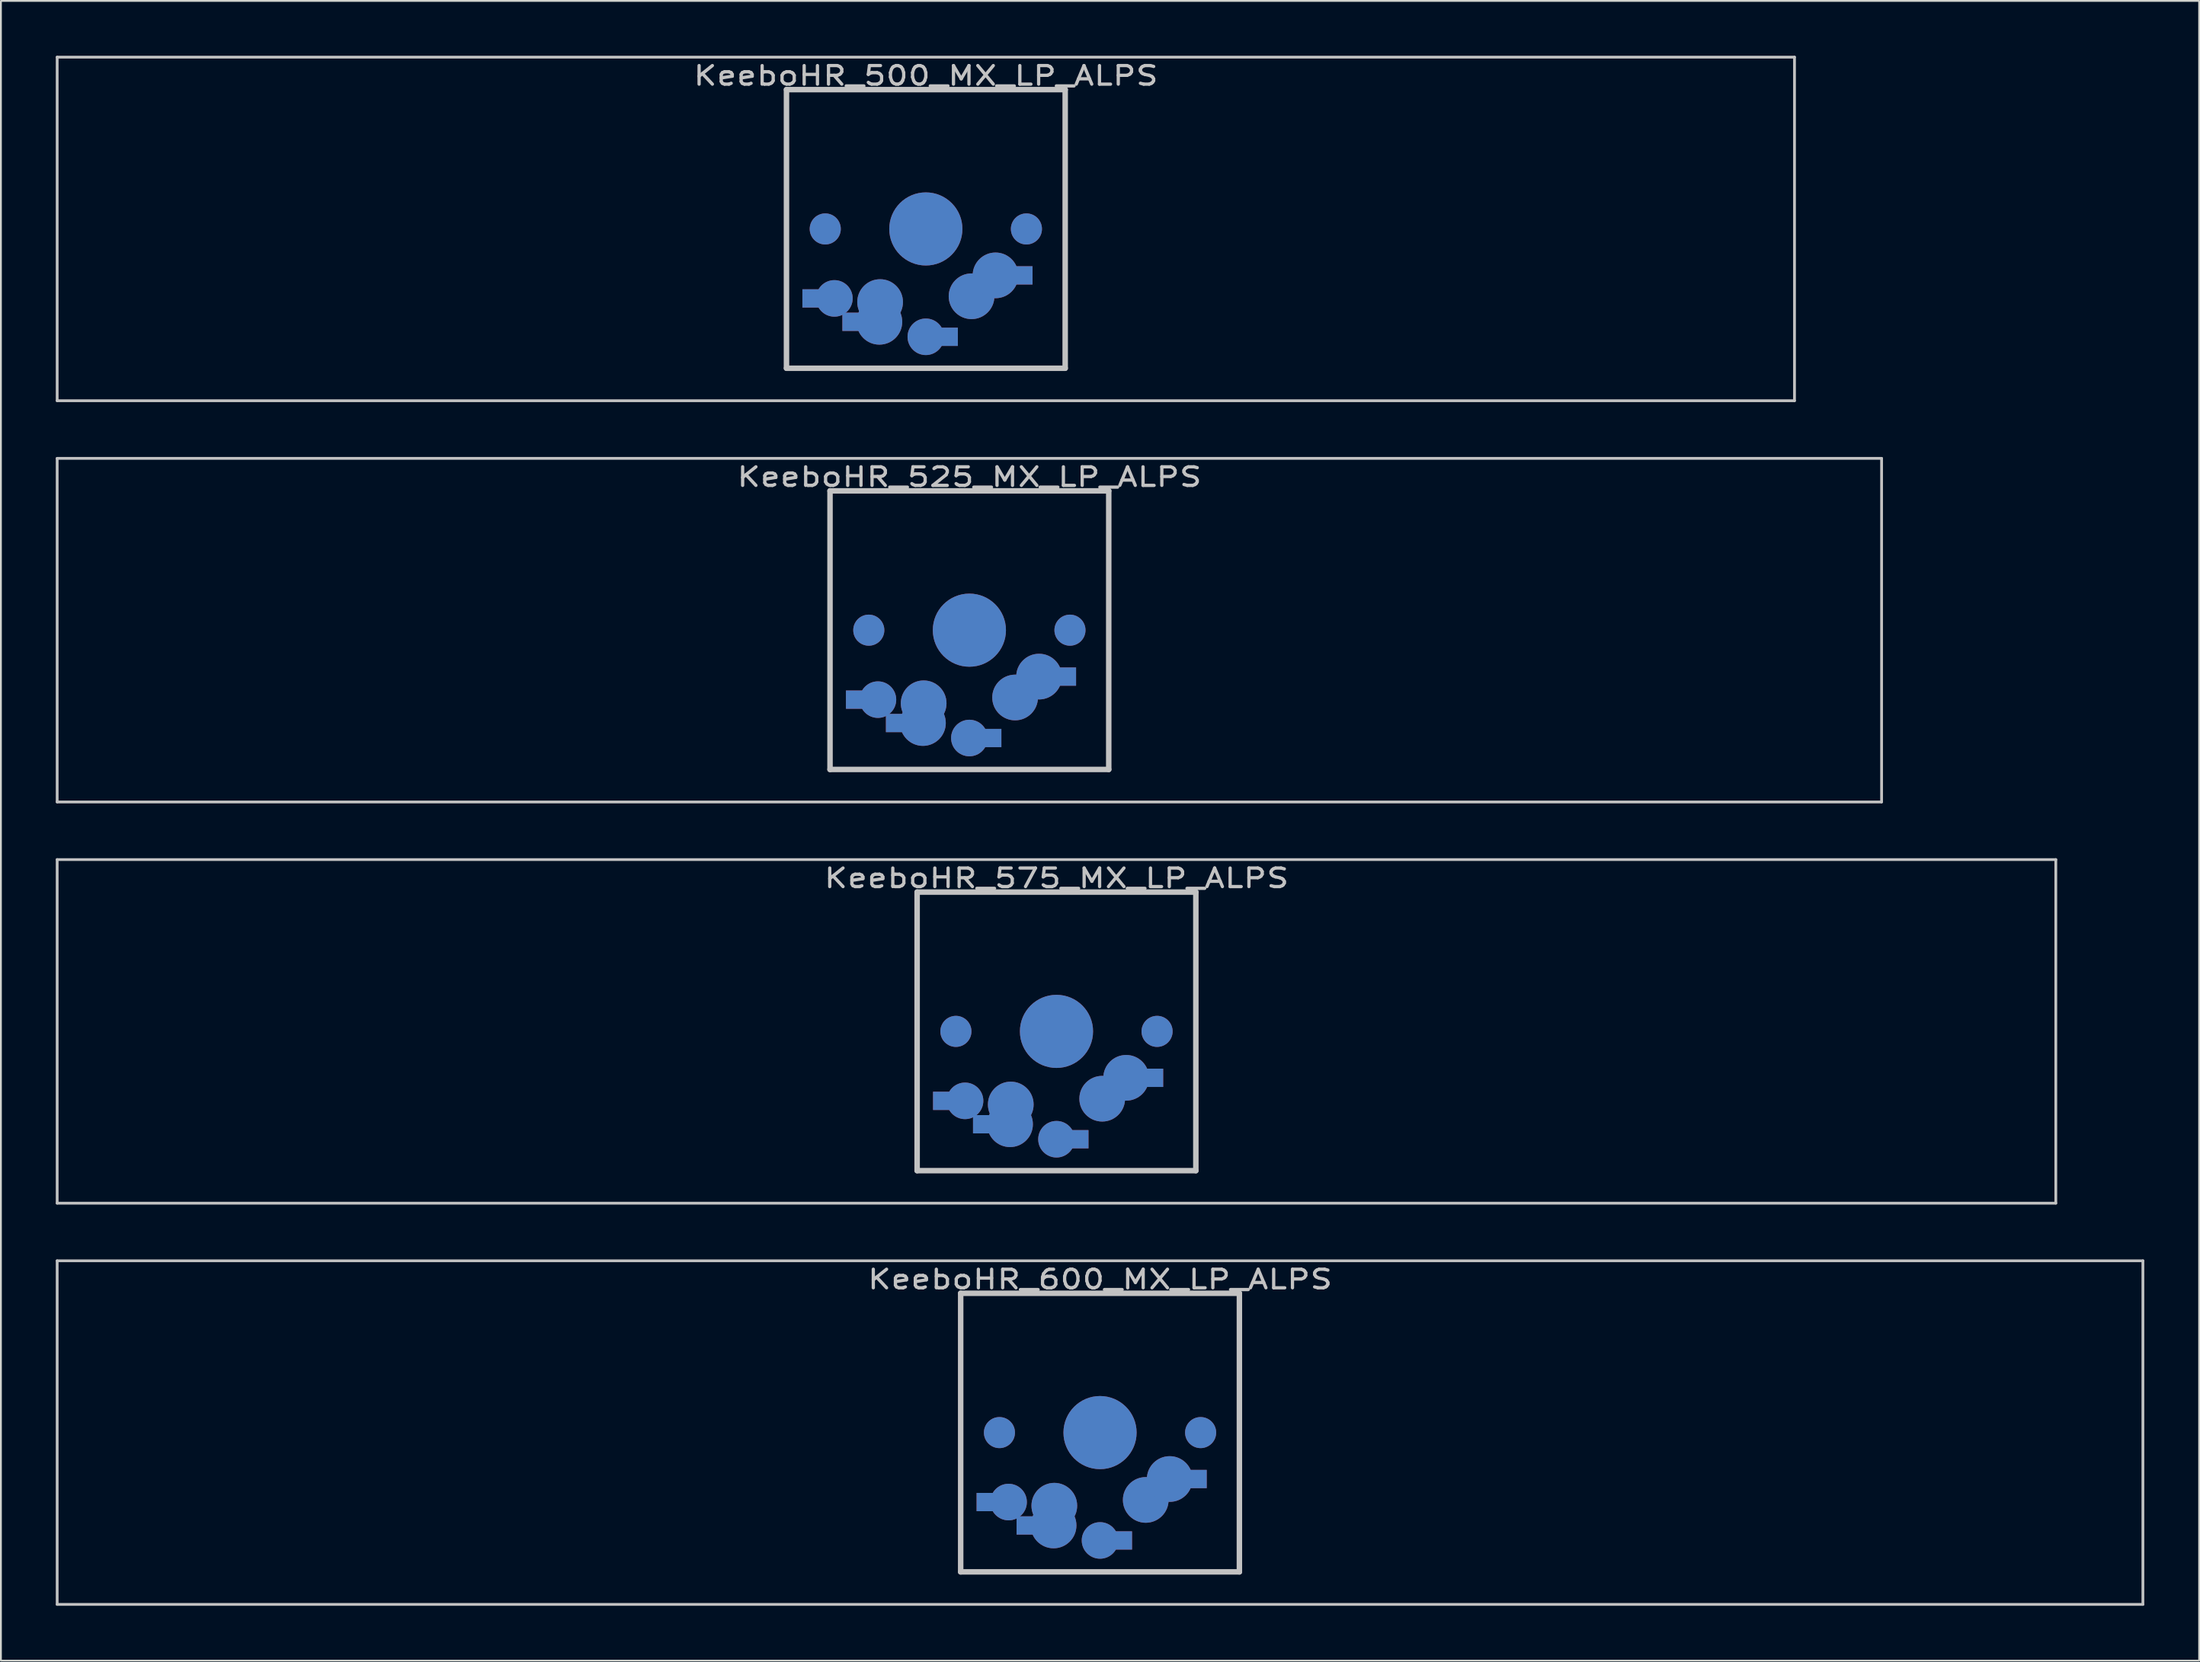
<source format=kicad_pcb>
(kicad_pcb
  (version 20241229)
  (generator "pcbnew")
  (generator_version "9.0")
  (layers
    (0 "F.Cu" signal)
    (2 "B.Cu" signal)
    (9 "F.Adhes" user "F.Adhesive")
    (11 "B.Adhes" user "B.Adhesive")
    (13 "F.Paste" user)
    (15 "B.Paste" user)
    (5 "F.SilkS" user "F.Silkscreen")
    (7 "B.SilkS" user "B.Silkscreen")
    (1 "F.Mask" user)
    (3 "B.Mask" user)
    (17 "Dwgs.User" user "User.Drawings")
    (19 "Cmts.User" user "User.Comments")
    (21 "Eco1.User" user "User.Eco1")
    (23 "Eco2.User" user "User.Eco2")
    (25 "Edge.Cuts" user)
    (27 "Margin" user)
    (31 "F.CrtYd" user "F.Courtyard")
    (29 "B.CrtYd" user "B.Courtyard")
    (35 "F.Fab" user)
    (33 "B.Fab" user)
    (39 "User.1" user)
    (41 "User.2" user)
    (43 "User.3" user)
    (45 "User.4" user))
  (footprint "KeeboHR_525_MX_LP_ALPS"
    (layer "F.Cu")
    (at 49.955 31.423)
    (property "Reference" "KeeboHR_525_MX_LP_ALPS" (at 0 -8.382 0) (layer "Dwgs.User") (effects (font (size 1.016 1.27) (thickness 0.178))))
    (attr through_hole)
    (fp_line (start -49.879 -9.398) (end 49.879 -9.398) (stroke (width 0.152) (type solid)) (layer "Dwgs.User"))
    (fp_line (start -49.879 9.398) (end -49.879 -9.398) (stroke (width 0.152) (type solid)) (layer "Dwgs.User"))
    (fp_line (start -7.62 -7.62) (end 7.62 -7.62) (stroke (width 0.3) (type solid)) (layer "Dwgs.User"))
    (fp_line (start -7.62 7.62) (end -7.62 -7.62) (stroke (width 0.3) (type solid)) (layer "Dwgs.User"))
    (fp_line (start 7.62 -7.62) (end 7.62 7.62) (stroke (width 0.3) (type solid)) (layer "Dwgs.User"))
    (fp_line (start 7.62 7.62) (end -7.62 7.62) (stroke (width 0.3) (type solid)) (layer "Dwgs.User"))
    (fp_line (start 49.879 -9.398) (end 49.879 9.398) (stroke (width 0.152) (type solid)) (layer "Dwgs.User"))
    (fp_line (start 49.879 9.398) (end -49.879 9.398) (stroke (width 0.152) (type solid)) (layer "Dwgs.User"))
    (pad "" smd circle (at -5.5 0) (size 1.7 1.7) (layers "*.Cu" "*.Mask"))
    (pad "" smd circle (at 0 0) (size 4 4) (layers "*.Cu" "*.Mask"))
    (pad "" smd circle (at 5.5 0) (size 1.7 1.7) (layers "*.Cu" "*.Mask"))
    (pad "1" smd circle (at 0 5.9) (size 2 2) (layers "*.Cu" "*.Mask"))
    (pad "1" smd rect (at 1.25 5.9) (size 1 1) (layers "*.Cu" "*.Mask"))
    (pad "1" smd circle (at 2.5 3.683) (size 2.5 2.5) (layers "*.Cu" "*.Mask"))
    (pad "1" smd circle (at 3.81 2.54) (size 2.5 2.5) (layers "*.Cu" "*.Mask"))
    (pad "1" smd rect (at 5.334 2.54) (size 1 1) (layers "*.Cu" "*.Mask"))
    (pad "2" smd rect (at -6.25 3.8) (size 1 1) (layers "*.Cu" "*.Mask"))
    (pad "2" smd circle (at -5 3.8) (size 2 2) (layers "*.Cu" "*.Mask"))
    (pad "2" smd rect (at -4.064 5.08) (size 1 1) (layers "*.Cu" "*.Mask"))
    (pad "2" smd circle (at -2.54 5.08) (size 2.5 2.5) (layers "*.Cu" "*.Mask"))
    (pad "2" smd circle (at -2.5 4) (size 2.5 2.5) (layers "*.Cu" "*.Mask")))
  (footprint "KeeboHR_575_MX_LP_ALPS"
    (layer "F.Cu")
    (at 54.718 53.371)
    (property "Reference" "KeeboHR_575_MX_LP_ALPS" (at 0 -8.382 0) (layer "Dwgs.User") (effects (font (size 1.016 1.27) (thickness 0.178))))
    (attr through_hole)
    (fp_line (start -54.642 -9.398) (end 54.642 -9.398) (stroke (width 0.152) (type solid)) (layer "Dwgs.User"))
    (fp_line (start -54.642 9.398) (end -54.642 -9.398) (stroke (width 0.152) (type solid)) (layer "Dwgs.User"))
    (fp_line (start -7.62 -7.62) (end 7.62 -7.62) (stroke (width 0.3) (type solid)) (layer "Dwgs.User"))
    (fp_line (start -7.62 7.62) (end -7.62 -7.62) (stroke (width 0.3) (type solid)) (layer "Dwgs.User"))
    (fp_line (start 7.62 -7.62) (end 7.62 7.62) (stroke (width 0.3) (type solid)) (layer "Dwgs.User"))
    (fp_line (start 7.62 7.62) (end -7.62 7.62) (stroke (width 0.3) (type solid)) (layer "Dwgs.User"))
    (fp_line (start 54.642 -9.398) (end 54.642 9.398) (stroke (width 0.152) (type solid)) (layer "Dwgs.User"))
    (fp_line (start 54.642 9.398) (end -54.642 9.398) (stroke (width 0.152) (type solid)) (layer "Dwgs.User"))
    (pad "" smd circle (at -5.5 0) (size 1.7 1.7) (layers "*.Cu" "*.Mask"))
    (pad "" smd circle (at 0 0) (size 4 4) (layers "*.Cu" "*.Mask"))
    (pad "" smd circle (at 5.5 0) (size 1.7 1.7) (layers "*.Cu" "*.Mask"))
    (pad "1" smd circle (at 0 5.9) (size 2 2) (layers "*.Cu" "*.Mask"))
    (pad "1" smd rect (at 1.25 5.9) (size 1 1) (layers "*.Cu" "*.Mask"))
    (pad "1" smd circle (at 2.5 3.683) (size 2.5 2.5) (layers "*.Cu" "*.Mask"))
    (pad "1" smd circle (at 3.81 2.54) (size 2.5 2.5) (layers "*.Cu" "*.Mask"))
    (pad "1" smd rect (at 5.334 2.54) (size 1 1) (layers "*.Cu" "*.Mask"))
    (pad "2" smd rect (at -6.25 3.8) (size 1 1) (layers "*.Cu" "*.Mask"))
    (pad "2" smd circle (at -5 3.8) (size 2 2) (layers "*.Cu" "*.Mask"))
    (pad "2" smd rect (at -4.064 5.08) (size 1 1) (layers "*.Cu" "*.Mask"))
    (pad "2" smd circle (at -2.54 5.08) (size 2.5 2.5) (layers "*.Cu" "*.Mask"))
    (pad "2" smd circle (at -2.5 4) (size 2.5 2.5) (layers "*.Cu" "*.Mask")))
  (footprint "KeeboHR_600_MX_LP_ALPS"
    (layer "F.Cu")
    (at 57.099 75.319)
    (property "Reference" "KeeboHR_600_MX_LP_ALPS" (at 0 -8.382 0) (layer "Dwgs.User") (effects (font (size 1.016 1.27) (thickness 0.178))))
    (attr through_hole)
    (fp_line (start -57.023 -9.398) (end 57.023 -9.398) (stroke (width 0.152) (type solid)) (layer "Dwgs.User"))
    (fp_line (start -57.023 9.398) (end -57.023 -9.398) (stroke (width 0.152) (type solid)) (layer "Dwgs.User"))
    (fp_line (start -7.62 -7.62) (end 7.62 -7.62) (stroke (width 0.3) (type solid)) (layer "Dwgs.User"))
    (fp_line (start -7.62 7.62) (end -7.62 -7.62) (stroke (width 0.3) (type solid)) (layer "Dwgs.User"))
    (fp_line (start 7.62 -7.62) (end 7.62 7.62) (stroke (width 0.3) (type solid)) (layer "Dwgs.User"))
    (fp_line (start 7.62 7.62) (end -7.62 7.62) (stroke (width 0.3) (type solid)) (layer "Dwgs.User"))
    (fp_line (start 57.023 -9.398) (end 57.023 9.398) (stroke (width 0.152) (type solid)) (layer "Dwgs.User"))
    (fp_line (start 57.023 9.398) (end -57.023 9.398) (stroke (width 0.152) (type solid)) (layer "Dwgs.User"))
    (pad "" smd circle (at -5.5 0) (size 1.7 1.7) (layers "*.Cu" "*.Mask"))
    (pad "" smd circle (at 0 0) (size 4 4) (layers "*.Cu" "*.Mask"))
    (pad "" smd circle (at 5.5 0) (size 1.7 1.7) (layers "*.Cu" "*.Mask"))
    (pad "1" smd circle (at 0 5.9) (size 2 2) (layers "*.Cu" "*.Mask"))
    (pad "1" smd rect (at 1.25 5.9) (size 1 1) (layers "*.Cu" "*.Mask"))
    (pad "1" smd circle (at 2.5 3.683) (size 2.5 2.5) (layers "*.Cu" "*.Mask"))
    (pad "1" smd circle (at 3.81 2.54) (size 2.5 2.5) (layers "*.Cu" "*.Mask"))
    (pad "1" smd rect (at 5.334 2.54) (size 1 1) (layers "*.Cu" "*.Mask"))
    (pad "2" smd rect (at -6.25 3.8) (size 1 1) (layers "*.Cu" "*.Mask"))
    (pad "2" smd circle (at -5 3.8) (size 2 2) (layers "*.Cu" "*.Mask"))
    (pad "2" smd rect (at -4.064 5.08) (size 1 1) (layers "*.Cu" "*.Mask"))
    (pad "2" smd circle (at -2.54 5.08) (size 2.5 2.5) (layers "*.Cu" "*.Mask"))
    (pad "2" smd circle (at -2.5 4) (size 2.5 2.5) (layers "*.Cu" "*.Mask")))
  (footprint "KeeboHR_500_MX_LP_ALPS"
    (layer "F.Cu")
    (at 47.574 9.474)
    (property "Reference" "KeeboHR_500_MX_LP_ALPS" (at 0 -8.382 0) (layer "Dwgs.User") (effects (font (size 1.016 1.27) (thickness 0.178))))
    (attr through_hole)
    (fp_line (start -47.498 -9.398) (end 47.498 -9.398) (stroke (width 0.152) (type solid)) (layer "Dwgs.User"))
    (fp_line (start -47.498 9.398) (end -47.498 -9.398) (stroke (width 0.152) (type solid)) (layer "Dwgs.User"))
    (fp_line (start -7.62 -7.62) (end 7.62 -7.62) (stroke (width 0.3) (type solid)) (layer "Dwgs.User"))
    (fp_line (start -7.62 7.62) (end -7.62 -7.62) (stroke (width 0.3) (type solid)) (layer "Dwgs.User"))
    (fp_line (start 7.62 -7.62) (end 7.62 7.62) (stroke (width 0.3) (type solid)) (layer "Dwgs.User"))
    (fp_line (start 7.62 7.62) (end -7.62 7.62) (stroke (width 0.3) (type solid)) (layer "Dwgs.User"))
    (fp_line (start 47.498 -9.398) (end 47.498 9.398) (stroke (width 0.152) (type solid)) (layer "Dwgs.User"))
    (fp_line (start 47.498 9.398) (end -47.498 9.398) (stroke (width 0.152) (type solid)) (layer "Dwgs.User"))
    (pad "" smd circle (at -5.5 0) (size 1.7 1.7) (layers "*.Cu" "*.Mask"))
    (pad "" smd circle (at 0 0) (size 4 4) (layers "*.Cu" "*.Mask"))
    (pad "" smd circle (at 5.5 0) (size 1.7 1.7) (layers "*.Cu" "*.Mask"))
    (pad "1" smd circle (at 0 5.9) (size 2 2) (layers "*.Cu" "*.Mask"))
    (pad "1" smd rect (at 1.25 5.9) (size 1 1) (layers "*.Cu" "*.Mask"))
    (pad "1" smd circle (at 2.5 3.683) (size 2.5 2.5) (layers "*.Cu" "*.Mask"))
    (pad "1" smd circle (at 3.81 2.54) (size 2.5 2.5) (layers "*.Cu" "*.Mask"))
    (pad "1" smd rect (at 5.334 2.54) (size 1 1) (layers "*.Cu" "*.Mask"))
    (pad "2" smd rect (at -6.25 3.8) (size 1 1) (layers "*.Cu" "*.Mask"))
    (pad "2" smd circle (at -5 3.8) (size 2 2) (layers "*.Cu" "*.Mask"))
    (pad "2" smd rect (at -4.064 5.08) (size 1 1) (layers "*.Cu" "*.Mask"))
    (pad "2" smd circle (at -2.54 5.08) (size 2.5 2.5) (layers "*.Cu" "*.Mask"))
    (pad "2" smd circle (at -2.5 4) (size 2.5 2.5) (layers "*.Cu" "*.Mask")))
  (gr_rect
    (start -3 -3)
    (end 117.198 87.794)
    (stroke (width 0.1) (type default))
    (fill no)
    (layer "Edge.Cuts")))
</source>
